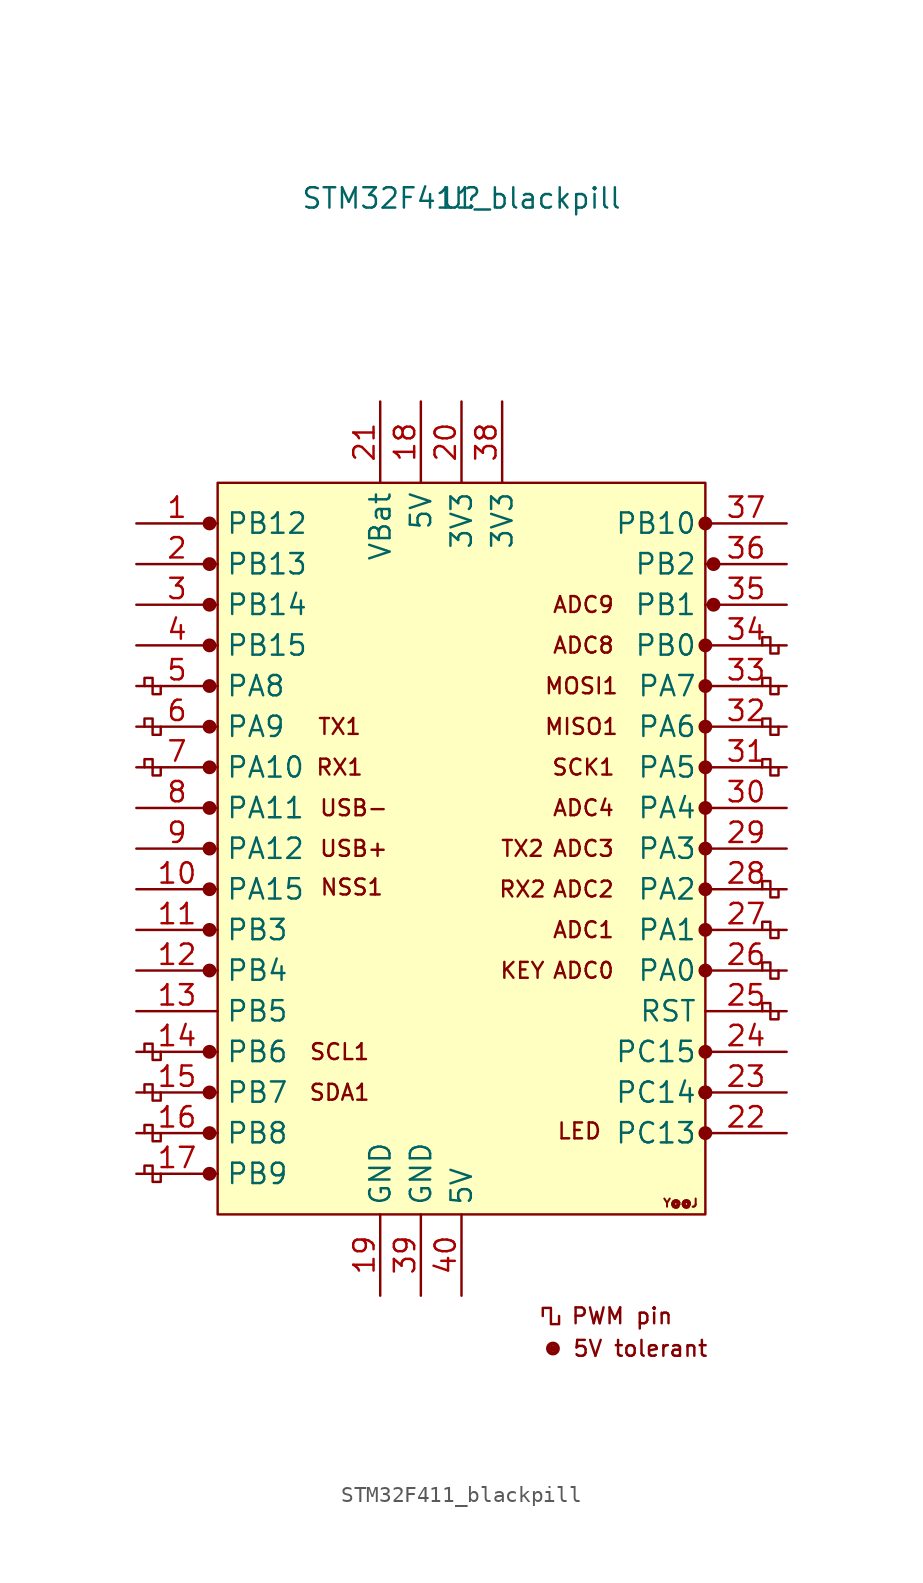
<source format=kicad_sym>
(kicad_symbol_lib
  (version 20211014)
  (generator kicad_symbol_editor)
  (symbol "STM32F411_blackpill"
    (property "Reference" "U"
      (at 0 0 0)
      (effects (font (size 1.27 1.27))))
    (property "Value" "STM32F411_blackpill"
      (at 0 0 0)
      (effects (font (size 1.27 1.27))))
    (symbol "STM32F411_blackpill_0_0"
      (circle (center -15.748 -60.96) (radius 0.356) (stroke (width 0) (type default) (color 0 0 0 0)) (fill (type outline)))
      (circle (center -15.748 -58.42) (radius 0.356) (stroke (width 0) (type default) (color 0 0 0 0)) (fill (type outline)))
      (circle (center -15.748 -55.88) (radius 0.356) (stroke (width 0) (type default) (color 0 0 0 0)) (fill (type outline)))
      (circle (center -15.748 -53.34) (radius 0.356) (stroke (width 0) (type default) (color 0 0 0 0)) (fill (type outline)))
      (circle (center -15.748 -48.26) (radius 0.356) (stroke (width 0) (type default) (color 0 0 0 0)) (fill (type outline)))
      (circle (center -15.748 -45.72) (radius 0.356) (stroke (width 0) (type default) (color 0 0 0 0)) (fill (type outline)))
      (circle (center -15.748 -43.18) (radius 0.356) (stroke (width 0) (type default) (color 0 0 0 0)) (fill (type outline)))
      (circle (center -15.748 -40.64) (radius 0.356) (stroke (width 0) (type default) (color 0 0 0 0)) (fill (type outline)))
      (circle (center -15.748 -38.1) (radius 0.356) (stroke (width 0) (type default) (color 0 0 0 0)) (fill (type outline)))
      (circle (center -15.748 -35.56) (radius 0.356) (stroke (width 0) (type default) (color 0 0 0 0)) (fill (type outline)))
      (circle (center -15.748 -33.02) (radius 0.356) (stroke (width 0) (type default) (color 0 0 0 0)) (fill (type outline)))
      (circle (center -15.748 -30.48) (radius 0.356) (stroke (width 0) (type default) (color 0 0 0 0)) (fill (type outline)))
      (circle (center -15.748 -27.94) (radius 0.356) (stroke (width 0) (type default) (color 0 0 0 0)) (fill (type outline)))
      (circle (center -15.748 -25.4) (radius 0.356) (stroke (width 0) (type default) (color 0 0 0 0)) (fill (type outline)))
      (circle (center -15.748 -20.32) (radius 0.356) (stroke (width 0) (type default) (color 0 0 0 0)) (fill (type outline)))
      (circle (center 5.715 -71.882) (radius 0.127) (stroke (width 0) (type default) (color 0 0 0 0)) (fill (type outline)))
      (circle (center 5.715 -71.882) (radius 0.254) (stroke (width 0) (type default) (color 0 0 0 0)) (fill (type none)))
      (circle (center 5.715 -71.882) (radius 0.356) (stroke (width 0) (type default) (color 0 0 0 0)) (fill (type none)))
      (circle (center 15.24 -58.42) (radius 0.356) (stroke (width 0) (type default) (color 0 0 0 0)) (fill (type outline)))
      (circle (center 15.24 -55.88) (radius 0.356) (stroke (width 0) (type default) (color 0 0 0 0)) (fill (type outline)))
      (circle (center 15.24 -55.88) (radius 0.356) (stroke (width 0) (type default) (color 0 0 0 0)) (fill (type outline)))
      (circle (center 15.24 -53.34) (radius 0.356) (stroke (width 0) (type default) (color 0 0 0 0)) (fill (type outline)))
      (circle (center 15.24 -48.26) (radius 0.356) (stroke (width 0) (type default) (color 0 0 0 0)) (fill (type outline)))
      (circle (center 15.24 -45.72) (radius 0.356) (stroke (width 0) (type default) (color 0 0 0 0)) (fill (type outline)))
      (circle (center 15.24 -43.18) (radius 0.356) (stroke (width 0) (type default) (color 0 0 0 0)) (fill (type outline)))
      (circle (center 15.24 -40.64) (radius 0.356) (stroke (width 0) (type default) (color 0 0 0 0)) (fill (type outline)))
      (circle (center 15.24 -38.1) (radius 0.356) (stroke (width 0) (type default) (color 0 0 0 0)) (fill (type outline)))
      (circle (center 15.24 -35.56) (radius 0.356) (stroke (width 0) (type default) (color 0 0 0 0)) (fill (type outline)))
      (circle (center 15.24 -33.02) (radius 0.356) (stroke (width 0) (type default) (color 0 0 0 0)) (fill (type outline)))
      (circle (center 15.24 -30.48) (radius 0.356) (stroke (width 0) (type default) (color 0 0 0 0)) (fill (type outline)))
      (circle (center 15.24 -27.94) (radius 0.356) (stroke (width 0) (type default) (color 0 0 0 0)) (fill (type outline)))
      (circle (center 15.24 -20.32) (radius 0.356) (stroke (width 0) (type default) (color 0 0 0 0)) (fill (type outline)))
      (circle (center 15.748 -25.4) (radius 0.254) (stroke (width 0) (type default) (color 0 0 0 0)) (fill (type outline)))
      (circle (center 15.748 -25.4) (radius 0.356) (stroke (width 0) (type default) (color 0 0 0 0)) (fill (type none)))
      (circle (center 15.748 -22.86) (radius 0.254) (stroke (width 0) (type default) (color 0 0 0 0)) (fill (type outline)))
      (circle (center 15.748 -22.86) (radius 0.356) (stroke (width 0) (type default) (color 0 0 0 0)) (fill (type none)))
      (text "5V tolerant" (at 11.176 -71.882 0) (effects (font (size 0.991 0.991))))
      (text "ADC0" (at 7.62 -48.26 0) (effects (font (size 0.991 0.991))))
      (text "ADC1" (at 7.62 -45.72 0) (effects (font (size 0.991 0.991))))
      (text "ADC2" (at 7.62 -43.18 0) (effects (font (size 0.991 0.991))))
      (text "ADC3" (at 7.62 -40.64 0) (effects (font (size 0.991 0.991))))
      (text "ADC4" (at 7.62 -38.1 0) (effects (font (size 0.991 0.991))))
      (text "ADC8" (at 7.62 -27.94 0) (effects (font (size 0.991 0.991))))
      (text "ADC9" (at 7.62 -25.4 0) (effects (font (size 0.991 0.991))))
      (text "KEY" (at 3.81 -48.26 0) (effects (font (size 0.991 0.991))))
      (text "LED" (at 7.366 -58.293 0) (effects (font (size 0.991 0.991))))
      (text "MISO1" (at 7.493 -33.02 0) (effects (font (size 0.991 0.991))))
      (text "MOSI1" (at 7.493 -30.48 0) (effects (font (size 0.991 0.991))))
      (text "NSS1" (at -6.858 -43.053 0) (effects (font (size 0.991 0.991))))
      (text "PWM pin" (at 10.033 -69.85 0) (effects (font (size 0.991 0.991))))
      (text "RX1" (at -7.62 -35.56 0) (effects (font (size 0.991 0.991))))
      (text "RX2" (at 3.81 -43.18 0) (effects (font (size 0.991 0.991))))
      (text "SCK1" (at 7.62 -35.56 0) (effects (font (size 0.991 0.991))))
      (text "SCL1" (at -7.62 -53.34 0) (effects (font (size 0.991 0.991))))
      (text "SDA1" (at -7.62 -55.88 0) (effects (font (size 0.991 0.991))))
      (text "TX1" (at -7.62 -33.02 0) (effects (font (size 0.991 0.991))))
      (text "TX2" (at 3.81 -40.64 0) (effects (font (size 0.991 0.991))))
      (text "USB+" (at -6.731 -40.64 0) (effects (font (size 0.991 0.991))))
      (text "USB-" (at -6.731 -38.1 0) (effects (font (size 0.991 0.991))))
      (text "Y@@J" (at 13.691 -62.789 0) (effects (font (size 0.508 0.508)))))
    (symbol "STM32F411_blackpill_0_1"
      (rectangle (start -15.24 -17.78) (end 15.24 -63.5) (stroke (width 0) (type default) (color 0 0 0 0)) (fill (type background)))
      (polyline (pts (xy -18.796 -60.96) (xy -18.796 -61.468) (xy -19.304 -61.468) (xy -19.304 -60.452) (xy -19.812 -60.452) (xy -19.812 -60.96)) (stroke (width 0) (type default) (color 0 0 0 0)) (fill (type none)))
      (polyline (pts (xy -18.796 -58.42) (xy -18.796 -58.928) (xy -19.304 -58.928) (xy -19.304 -57.912) (xy -19.812 -57.912) (xy -19.812 -58.42)) (stroke (width 0) (type default) (color 0 0 0 0)) (fill (type none)))
      (polyline (pts (xy -18.796 -55.88) (xy -18.796 -56.388) (xy -19.304 -56.388) (xy -19.304 -55.372) (xy -19.812 -55.372) (xy -19.812 -55.88)) (stroke (width 0) (type default) (color 0 0 0 0)) (fill (type none)))
      (polyline (pts (xy -18.796 -53.34) (xy -18.796 -53.848) (xy -19.304 -53.848) (xy -19.304 -52.832) (xy -19.812 -52.832) (xy -19.812 -53.34)) (stroke (width 0) (type default) (color 0 0 0 0)) (fill (type none)))
      (polyline (pts (xy -18.796 -35.56) (xy -18.796 -36.068) (xy -19.304 -36.068) (xy -19.304 -35.052) (xy -19.812 -35.052) (xy -19.812 -35.56)) (stroke (width 0) (type default) (color 0 0 0 0)) (fill (type none)))
      (polyline (pts (xy -18.796 -33.02) (xy -18.796 -33.528) (xy -19.304 -33.528) (xy -19.304 -32.512) (xy -19.812 -32.512) (xy -19.812 -33.02)) (stroke (width 0) (type default) (color 0 0 0 0)) (fill (type none)))
      (polyline (pts (xy -18.796 -30.48) (xy -18.796 -30.988) (xy -19.304 -30.988) (xy -19.304 -29.972) (xy -19.812 -29.972) (xy -19.812 -30.48)) (stroke (width 0) (type default) (color 0 0 0 0)) (fill (type none)))
      (polyline (pts (xy 6.096 -69.85) (xy 6.096 -70.358) (xy 5.588 -70.358) (xy 5.588 -69.342) (xy 5.08 -69.342) (xy 5.08 -69.85)) (stroke (width 0) (type default) (color 0 0 0 0)) (fill (type none)))
      (polyline (pts (xy 19.812 -50.8) (xy 19.812 -51.308) (xy 19.304 -51.308) (xy 19.304 -50.292) (xy 18.796 -50.292) (xy 18.796 -50.8)) (stroke (width 0) (type default) (color 0 0 0 0)) (fill (type none)))
      (polyline (pts (xy 19.812 -48.26) (xy 19.812 -48.768) (xy 19.304 -48.768) (xy 19.304 -47.752) (xy 18.796 -47.752) (xy 18.796 -48.26)) (stroke (width 0) (type default) (color 0 0 0 0)) (fill (type none)))
      (polyline (pts (xy 19.812 -45.72) (xy 19.812 -46.228) (xy 19.304 -46.228) (xy 19.304 -45.212) (xy 18.796 -45.212) (xy 18.796 -45.72)) (stroke (width 0) (type default) (color 0 0 0 0)) (fill (type none)))
      (polyline (pts (xy 19.812 -43.18) (xy 19.812 -43.688) (xy 19.304 -43.688) (xy 19.304 -42.672) (xy 18.796 -42.672) (xy 18.796 -43.18)) (stroke (width 0) (type default) (color 0 0 0 0)) (fill (type none)))
      (polyline (pts (xy 19.812 -35.56) (xy 19.812 -36.068) (xy 19.304 -36.068) (xy 19.304 -35.052) (xy 18.796 -35.052) (xy 18.796 -35.56)) (stroke (width 0) (type default) (color 0 0 0 0)) (fill (type none)))
      (polyline (pts (xy 19.812 -33.02) (xy 19.812 -33.528) (xy 19.304 -33.528) (xy 19.304 -32.512) (xy 18.796 -32.512) (xy 18.796 -33.02)) (stroke (width 0) (type default) (color 0 0 0 0)) (fill (type none)))
      (polyline (pts (xy 19.812 -30.48) (xy 19.812 -30.988) (xy 19.304 -30.988) (xy 19.304 -29.972) (xy 18.796 -29.972) (xy 18.796 -30.48)) (stroke (width 0) (type default) (color 0 0 0 0)) (fill (type none)))
      (polyline (pts (xy 19.812 -27.94) (xy 19.812 -28.448) (xy 19.304 -28.448) (xy 19.304 -27.432) (xy 18.796 -27.432) (xy 18.796 -27.94)) (stroke (width 0) (type default) (color 0 0 0 0)) (fill (type none))))
    (symbol "STM32F411_blackpill_1_1"
      (circle (center -15.748 -22.86) (radius 0.356) (stroke (width 0) (type default) (color 0 0 0 0)) (fill (type outline)))
      (pin bidirectional line (at -20.32 -20.32 0) (length 5.08) (name "PB12" (effects (font (size 1.27 1.27)))) (number "1" (effects (font (size 1.27 1.27)))))
      (pin bidirectional line (at -20.32 -43.18 0) (length 5.08) (name "PA15" (effects (font (size 1.27 1.27)))) (number "10" (effects (font (size 1.27 1.27)))))
      (pin bidirectional line (at -20.32 -45.72 0) (length 5.08) (name "PB3" (effects (font (size 1.27 1.27)))) (number "11" (effects (font (size 1.27 1.27)))))
      (pin bidirectional line (at -20.32 -48.26 0) (length 5.08) (name "PB4" (effects (font (size 1.27 1.27)))) (number "12" (effects (font (size 1.27 1.27)))))
      (pin bidirectional line (at -20.32 -50.8 0) (length 5.08) (name "PB5" (effects (font (size 1.27 1.27)))) (number "13" (effects (font (size 1.27 1.27)))))
      (pin bidirectional line (at -20.32 -53.34 0) (length 5.08) (name "PB6" (effects (font (size 1.27 1.27)))) (number "14" (effects (font (size 1.27 1.27)))))
      (pin bidirectional line (at -20.32 -55.88 0) (length 5.08) (name "PB7" (effects (font (size 1.27 1.27)))) (number "15" (effects (font (size 1.27 1.27)))))
      (pin bidirectional line (at -20.32 -58.42 0) (length 5.08) (name "PB8" (effects (font (size 1.27 1.27)))) (number "16" (effects (font (size 1.27 1.27)))))
      (pin bidirectional line (at -20.32 -60.96 0) (length 5.08) (name "PB9" (effects (font (size 1.27 1.27)))) (number "17" (effects (font (size 1.27 1.27)))))
      (pin power_in line (at -2.54 -12.7 270) (length 5.08) (name "5V" (effects (font (size 1.27 1.27)))) (number "18" (effects (font (size 1.27 1.27)))))
      (pin power_in line (at -5.08 -68.58 90) (length 5.08) (name "GND" (effects (font (size 1.27 1.27)))) (number "19" (effects (font (size 1.27 1.27)))))
      (pin bidirectional line (at -20.32 -22.86 0) (length 5.08) (name "PB13" (effects (font (size 1.27 1.27)))) (number "2" (effects (font (size 1.27 1.27)))))
      (pin power_in line (at 0 -12.7 270) (length 5.08) (name "3V3" (effects (font (size 1.27 1.27)))) (number "20" (effects (font (size 1.27 1.27)))))
      (pin power_in line (at -5.08 -12.7 270) (length 5.08) (name "VBat" (effects (font (size 1.27 1.27)))) (number "21" (effects (font (size 1.27 1.27)))))
      (pin bidirectional line (at 20.32 -58.42 180) (length 5.08) (name "PC13" (effects (font (size 1.27 1.27)))) (number "22" (effects (font (size 1.27 1.27)))))
      (pin bidirectional line (at 20.32 -55.88 180) (length 5.08) (name "PC14" (effects (font (size 1.27 1.27)))) (number "23" (effects (font (size 1.27 1.27)))))
      (pin bidirectional line (at 20.32 -53.34 180) (length 5.08) (name "PC15" (effects (font (size 1.27 1.27)))) (number "24" (effects (font (size 1.27 1.27)))))
      (pin input line (at 20.32 -50.8 180) (length 5.08) (name "RST" (effects (font (size 1.27 1.27)))) (number "25" (effects (font (size 1.27 1.27)))))
      (pin bidirectional line (at 20.32 -48.26 180) (length 5.08) (name "PA0" (effects (font (size 1.27 1.27)))) (number "26" (effects (font (size 1.27 1.27)))))
      (pin bidirectional line (at 20.32 -45.72 180) (length 5.08) (name "PA1" (effects (font (size 1.27 1.27)))) (number "27" (effects (font (size 1.27 1.27)))))
      (pin bidirectional line (at 20.32 -43.18 180) (length 5.08) (name "PA2" (effects (font (size 1.27 1.27)))) (number "28" (effects (font (size 1.27 1.27)))))
      (pin bidirectional line (at 20.32 -40.64 180) (length 5.08) (name "PA3" (effects (font (size 1.27 1.27)))) (number "29" (effects (font (size 1.27 1.27)))))
      (pin bidirectional line (at -20.32 -25.4 0) (length 5.08) (name "PB14" (effects (font (size 1.27 1.27)))) (number "3" (effects (font (size 1.27 1.27)))))
      (pin bidirectional line (at 20.32 -38.1 180) (length 5.08) (name "PA4" (effects (font (size 1.27 1.27)))) (number "30" (effects (font (size 1.27 1.27)))))
      (pin bidirectional line (at 20.32 -35.56 180) (length 5.08) (name "PA5" (effects (font (size 1.27 1.27)))) (number "31" (effects (font (size 1.27 1.27)))))
      (pin bidirectional line (at 20.32 -33.02 180) (length 5.08) (name "PA6" (effects (font (size 1.27 1.27)))) (number "32" (effects (font (size 1.27 1.27)))))
      (pin bidirectional line (at 20.32 -30.48 180) (length 5.08) (name "PA7" (effects (font (size 1.27 1.27)))) (number "33" (effects (font (size 1.27 1.27)))))
      (pin bidirectional line (at 20.32 -27.94 180) (length 5.08) (name "PB0" (effects (font (size 1.27 1.27)))) (number "34" (effects (font (size 1.27 1.27)))))
      (pin bidirectional line (at 20.32 -25.4 180) (length 5.08) (name "PB1" (effects (font (size 1.27 1.27)))) (number "35" (effects (font (size 1.27 1.27)))))
      (pin bidirectional line (at 20.32 -22.86 180) (length 5.08) (name "PB2" (effects (font (size 1.27 1.27)))) (number "36" (effects (font (size 1.27 1.27)))))
      (pin bidirectional line (at 20.32 -20.32 180) (length 5.08) (name "PB10" (effects (font (size 1.27 1.27)))) (number "37" (effects (font (size 1.27 1.27)))))
      (pin power_in line (at 2.54 -12.7 270) (length 5.08) (name "3V3" (effects (font (size 1.27 1.27)))) (number "38" (effects (font (size 1.27 1.27)))))
      (pin power_in line (at -2.54 -68.58 90) (length 5.08) (name "GND" (effects (font (size 1.27 1.27)))) (number "39" (effects (font (size 1.27 1.27)))))
      (pin bidirectional line (at -20.32 -27.94 0) (length 5.08) (name "PB15" (effects (font (size 1.27 1.27)))) (number "4" (effects (font (size 1.27 1.27)))))
      (pin power_in line (at 0 -68.58 90) (length 5.08) (name "5V" (effects (font (size 1.27 1.27)))) (number "40" (effects (font (size 1.27 1.27)))))
      (pin bidirectional line (at -20.32 -30.48 0) (length 5.08) (name "PA8" (effects (font (size 1.27 1.27)))) (number "5" (effects (font (size 1.27 1.27)))))
      (pin bidirectional line (at -20.32 -33.02 0) (length 5.08) (name "PA9" (effects (font (size 1.27 1.27)))) (number "6" (effects (font (size 1.27 1.27)))))
      (pin bidirectional line (at -20.32 -35.56 0) (length 5.08) (name "PA10" (effects (font (size 1.27 1.27)))) (number "7" (effects (font (size 1.27 1.27)))))
      (pin bidirectional line (at -20.32 -38.1 0) (length 5.08) (name "PA11" (effects (font (size 1.27 1.27)))) (number "8" (effects (font (size 1.27 1.27)))))
      (pin bidirectional line (at -20.32 -40.64 0) (length 5.08) (name "PA12" (effects (font (size 1.27 1.27)))) (number "9" (effects (font (size 1.27 1.27))))))))
</source>
